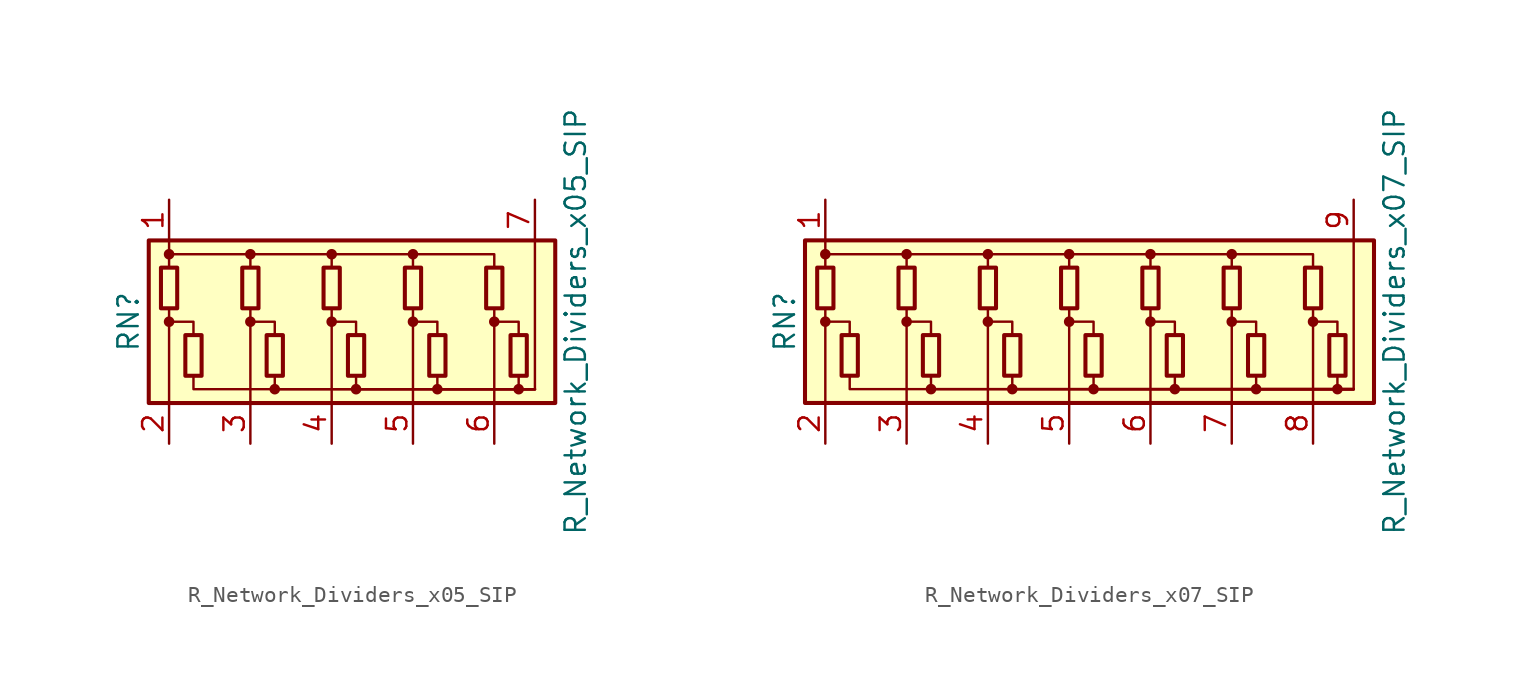
<source format=kicad_sym>
(kicad_symbol_lib
  (version 20211014)
  (generator kicad_symbol_editor)
  (symbol "R_Network_Dividers_x05_SIP"
    (pin_names
      (offset 0) hide)
    (property "Reference" "RN"
      (at -12.7 0 90)
      (effects (font (size 1.27 1.27))))
    (property "Value" "R_Network_Dividers_x05_SIP"
      (at 15.24 0 90)
      (effects (font (size 1.27 1.27))))
    (symbol "R_Network_Dividers_x05_SIP_0_1"
      (rectangle (start -11.43 -5.08) (end 13.97 5.08) (stroke (width 0.254) (type default) (color 0 0 0 0)) (fill (type background)))
      (rectangle (start -10.668 3.378) (end -9.652 0.838) (stroke (width 0.254) (type default) (color 0 0 0 0)) (fill (type none)))
      (circle (center -10.16 0) (radius 0.254) (stroke (width 0) (type default) (color 0 0 0 0)) (fill (type outline)))
      (circle (center -10.16 4.216) (radius 0.254) (stroke (width 0) (type default) (color 0 0 0 0)) (fill (type outline)))
      (rectangle (start -9.144 -3.378) (end -8.128 -0.838) (stroke (width 0.254) (type default) (color 0 0 0 0)) (fill (type none)))
      (rectangle (start -5.588 3.378) (end -4.572 0.838) (stroke (width 0.254) (type default) (color 0 0 0 0)) (fill (type none)))
      (circle (center -5.08 0) (radius 0.254) (stroke (width 0) (type default) (color 0 0 0 0)) (fill (type outline)))
      (circle (center -5.08 4.216) (radius 0.254) (stroke (width 0) (type default) (color 0 0 0 0)) (fill (type outline)))
      (rectangle (start -4.064 -3.378) (end -3.048 -0.838) (stroke (width 0.254) (type default) (color 0 0 0 0)) (fill (type none)))
      (circle (center -3.556 -4.216) (radius 0.254) (stroke (width 0) (type default) (color 0 0 0 0)) (fill (type outline)))
      (rectangle (start -0.508 3.378) (end 0.508 0.838) (stroke (width 0.254) (type default) (color 0 0 0 0)) (fill (type none)))
      (polyline (pts (xy -10.16 -5.08) (xy -10.16 0.838)) (stroke (width 0) (type default) (color 0 0 0 0)) (fill (type none)))
      (polyline (pts (xy -10.16 5.08) (xy -10.16 3.378)) (stroke (width 0) (type default) (color 0 0 0 0)) (fill (type none)))
      (polyline (pts (xy -5.08 -5.08) (xy -5.08 0.838)) (stroke (width 0) (type default) (color 0 0 0 0)) (fill (type none)))
      (polyline (pts (xy 0 -5.08) (xy 0 0.838)) (stroke (width 0) (type default) (color 0 0 0 0)) (fill (type none)))
      (polyline (pts (xy 5.08 -5.08) (xy 5.08 0.838)) (stroke (width 0) (type default) (color 0 0 0 0)) (fill (type none)))
      (polyline (pts (xy 10.16 -5.08) (xy 10.16 0.838)) (stroke (width 0) (type default) (color 0 0 0 0)) (fill (type none)))
      (polyline (pts (xy 12.7 -4.216) (xy 12.7 5.08)) (stroke (width 0) (type default) (color 0 0 0 0)) (fill (type none)))
      (polyline (pts (xy -10.16 0) (xy -8.636 0) (xy -8.636 -0.838)) (stroke (width 0) (type default) (color 0 0 0 0)) (fill (type none)))
      (polyline (pts (xy -10.16 4.216) (xy -5.08 4.216) (xy -5.08 3.378)) (stroke (width 0) (type default) (color 0 0 0 0)) (fill (type none)))
      (polyline (pts (xy -8.636 -3.378) (xy -8.636 -4.216) (xy 12.7 -4.216)) (stroke (width 0) (type default) (color 0 0 0 0)) (fill (type none)))
      (polyline (pts (xy -5.08 0) (xy -3.556 0) (xy -3.556 -0.838)) (stroke (width 0) (type default) (color 0 0 0 0)) (fill (type none)))
      (polyline (pts (xy -5.08 4.216) (xy 0 4.216) (xy 0 3.378)) (stroke (width 0) (type default) (color 0 0 0 0)) (fill (type none)))
      (polyline (pts (xy -3.556 -3.378) (xy -3.556 -4.216) (xy 12.7 -4.216)) (stroke (width 0) (type default) (color 0 0 0 0)) (fill (type none)))
      (polyline (pts (xy 0 0) (xy 1.524 0) (xy 1.524 -0.838)) (stroke (width 0) (type default) (color 0 0 0 0)) (fill (type none)))
      (polyline (pts (xy 0 4.216) (xy 5.08 4.216) (xy 5.08 3.378)) (stroke (width 0) (type default) (color 0 0 0 0)) (fill (type none)))
      (polyline (pts (xy 1.524 -3.378) (xy 1.524 -4.216) (xy 12.7 -4.216)) (stroke (width 0) (type default) (color 0 0 0 0)) (fill (type none)))
      (polyline (pts (xy 5.08 0) (xy 6.604 0) (xy 6.604 -0.838)) (stroke (width 0) (type default) (color 0 0 0 0)) (fill (type none)))
      (polyline (pts (xy 5.08 4.216) (xy 10.16 4.216) (xy 10.16 3.378)) (stroke (width 0) (type default) (color 0 0 0 0)) (fill (type none)))
      (polyline (pts (xy 6.604 -3.378) (xy 6.604 -4.216) (xy 12.7 -4.216)) (stroke (width 0) (type default) (color 0 0 0 0)) (fill (type none)))
      (polyline (pts (xy 10.16 0) (xy 11.684 0) (xy 11.684 -0.838)) (stroke (width 0) (type default) (color 0 0 0 0)) (fill (type none)))
      (polyline (pts (xy 11.684 -3.378) (xy 11.684 -4.216) (xy 12.7 -4.216)) (stroke (width 0) (type default) (color 0 0 0 0)) (fill (type none)))
      (circle (center 0 0) (radius 0.254) (stroke (width 0) (type default) (color 0 0 0 0)) (fill (type outline)))
      (circle (center 0 4.216) (radius 0.254) (stroke (width 0) (type default) (color 0 0 0 0)) (fill (type outline)))
      (rectangle (start 1.016 -3.378) (end 2.032 -0.838) (stroke (width 0.254) (type default) (color 0 0 0 0)) (fill (type none)))
      (circle (center 1.524 -4.216) (radius 0.254) (stroke (width 0) (type default) (color 0 0 0 0)) (fill (type outline)))
      (rectangle (start 4.572 3.378) (end 5.588 0.838) (stroke (width 0.254) (type default) (color 0 0 0 0)) (fill (type none)))
      (circle (center 5.08 0) (radius 0.254) (stroke (width 0) (type default) (color 0 0 0 0)) (fill (type outline)))
      (circle (center 5.08 4.216) (radius 0.254) (stroke (width 0) (type default) (color 0 0 0 0)) (fill (type outline)))
      (rectangle (start 6.096 -3.378) (end 7.112 -0.838) (stroke (width 0.254) (type default) (color 0 0 0 0)) (fill (type none)))
      (circle (center 6.604 -4.216) (radius 0.254) (stroke (width 0) (type default) (color 0 0 0 0)) (fill (type outline)))
      (rectangle (start 9.652 3.378) (end 10.668 0.838) (stroke (width 0.254) (type default) (color 0 0 0 0)) (fill (type none)))
      (circle (center 10.16 0) (radius 0.254) (stroke (width 0) (type default) (color 0 0 0 0)) (fill (type outline)))
      (rectangle (start 11.176 -3.378) (end 12.192 -0.838) (stroke (width 0.254) (type default) (color 0 0 0 0)) (fill (type none)))
      (circle (center 11.684 -4.216) (radius 0.254) (stroke (width 0) (type default) (color 0 0 0 0)) (fill (type outline))))
    (symbol "R_Network_Dividers_x05_SIP_1_1"
      (pin passive line (at -10.16 7.62 270) (length 2.54) (name "COM1" (effects (font (size 1.27 1.27)))) (number "1" (effects (font (size 1.27 1.27)))))
      (pin passive line (at -10.16 -7.62 90) (length 2.54) (name "R1" (effects (font (size 1.27 1.27)))) (number "2" (effects (font (size 1.27 1.27)))))
      (pin passive line (at -5.08 -7.62 90) (length 2.54) (name "R2" (effects (font (size 1.27 1.27)))) (number "3" (effects (font (size 1.27 1.27)))))
      (pin passive line (at 0 -7.62 90) (length 2.54) (name "R3" (effects (font (size 1.27 1.27)))) (number "4" (effects (font (size 1.27 1.27)))))
      (pin passive line (at 5.08 -7.62 90) (length 2.54) (name "R4" (effects (font (size 1.27 1.27)))) (number "5" (effects (font (size 1.27 1.27)))))
      (pin passive line (at 10.16 -7.62 90) (length 2.54) (name "R5" (effects (font (size 1.27 1.27)))) (number "6" (effects (font (size 1.27 1.27)))))
      (pin passive line (at 12.7 7.62 270) (length 2.54) (name "COM2" (effects (font (size 1.27 1.27)))) (number "7" (effects (font (size 1.27 1.27)))))))
  (symbol "R_Network_Dividers_x07_SIP"
    (pin_names
      (offset 0) hide)
    (property "Reference" "RN"
      (at -17.78 0 90)
      (effects (font (size 1.27 1.27))))
    (property "Value" "R_Network_Dividers_x07_SIP"
      (at 20.32 0 90)
      (effects (font (size 1.27 1.27))))
    (symbol "R_Network_Dividers_x07_SIP_0_1"
      (rectangle (start -16.51 -5.08) (end 19.05 5.08) (stroke (width 0.254) (type default) (color 0 0 0 0)) (fill (type background)))
      (rectangle (start -15.748 3.378) (end -14.732 0.838) (stroke (width 0.254) (type default) (color 0 0 0 0)) (fill (type none)))
      (circle (center -15.24 0) (radius 0.254) (stroke (width 0) (type default) (color 0 0 0 0)) (fill (type outline)))
      (circle (center -15.24 4.216) (radius 0.254) (stroke (width 0) (type default) (color 0 0 0 0)) (fill (type outline)))
      (rectangle (start -14.224 -3.378) (end -13.208 -0.838) (stroke (width 0.254) (type default) (color 0 0 0 0)) (fill (type none)))
      (rectangle (start -10.668 3.378) (end -9.652 0.838) (stroke (width 0.254) (type default) (color 0 0 0 0)) (fill (type none)))
      (circle (center -10.16 0) (radius 0.254) (stroke (width 0) (type default) (color 0 0 0 0)) (fill (type outline)))
      (circle (center -10.16 4.216) (radius 0.254) (stroke (width 0) (type default) (color 0 0 0 0)) (fill (type outline)))
      (rectangle (start -9.144 -3.378) (end -8.128 -0.838) (stroke (width 0.254) (type default) (color 0 0 0 0)) (fill (type none)))
      (circle (center -8.636 -4.216) (radius 0.254) (stroke (width 0) (type default) (color 0 0 0 0)) (fill (type outline)))
      (rectangle (start -5.588 3.378) (end -4.572 0.838) (stroke (width 0.254) (type default) (color 0 0 0 0)) (fill (type none)))
      (circle (center -5.08 0) (radius 0.254) (stroke (width 0) (type default) (color 0 0 0 0)) (fill (type outline)))
      (circle (center -5.08 4.216) (radius 0.254) (stroke (width 0) (type default) (color 0 0 0 0)) (fill (type outline)))
      (rectangle (start -4.064 -3.378) (end -3.048 -0.838) (stroke (width 0.254) (type default) (color 0 0 0 0)) (fill (type none)))
      (circle (center -3.556 -4.216) (radius 0.254) (stroke (width 0) (type default) (color 0 0 0 0)) (fill (type outline)))
      (rectangle (start -0.508 3.378) (end 0.508 0.838) (stroke (width 0.254) (type default) (color 0 0 0 0)) (fill (type none)))
      (polyline (pts (xy -15.24 -5.08) (xy -15.24 0.838)) (stroke (width 0) (type default) (color 0 0 0 0)) (fill (type none)))
      (polyline (pts (xy -15.24 5.08) (xy -15.24 3.378)) (stroke (width 0) (type default) (color 0 0 0 0)) (fill (type none)))
      (polyline (pts (xy -10.16 -5.08) (xy -10.16 0.838)) (stroke (width 0) (type default) (color 0 0 0 0)) (fill (type none)))
      (polyline (pts (xy -5.08 -5.08) (xy -5.08 0.838)) (stroke (width 0) (type default) (color 0 0 0 0)) (fill (type none)))
      (polyline (pts (xy 0 -5.08) (xy 0 0.838)) (stroke (width 0) (type default) (color 0 0 0 0)) (fill (type none)))
      (polyline (pts (xy 5.08 -5.08) (xy 5.08 0.838)) (stroke (width 0) (type default) (color 0 0 0 0)) (fill (type none)))
      (polyline (pts (xy 10.16 -5.08) (xy 10.16 0.838)) (stroke (width 0) (type default) (color 0 0 0 0)) (fill (type none)))
      (polyline (pts (xy 15.24 -5.08) (xy 15.24 0.838)) (stroke (width 0) (type default) (color 0 0 0 0)) (fill (type none)))
      (polyline (pts (xy 17.78 -4.216) (xy 17.78 5.08)) (stroke (width 0) (type default) (color 0 0 0 0)) (fill (type none)))
      (polyline (pts (xy -15.24 0) (xy -13.716 0) (xy -13.716 -0.838)) (stroke (width 0) (type default) (color 0 0 0 0)) (fill (type none)))
      (polyline (pts (xy -15.24 4.216) (xy -10.16 4.216) (xy -10.16 3.378)) (stroke (width 0) (type default) (color 0 0 0 0)) (fill (type none)))
      (polyline (pts (xy -13.716 -3.378) (xy -13.716 -4.216) (xy 17.78 -4.216)) (stroke (width 0) (type default) (color 0 0 0 0)) (fill (type none)))
      (polyline (pts (xy -10.16 0) (xy -8.636 0) (xy -8.636 -0.838)) (stroke (width 0) (type default) (color 0 0 0 0)) (fill (type none)))
      (polyline (pts (xy -10.16 4.216) (xy -5.08 4.216) (xy -5.08 3.378)) (stroke (width 0) (type default) (color 0 0 0 0)) (fill (type none)))
      (polyline (pts (xy -8.636 -3.378) (xy -8.636 -4.216) (xy 17.78 -4.216)) (stroke (width 0) (type default) (color 0 0 0 0)) (fill (type none)))
      (polyline (pts (xy -5.08 0) (xy -3.556 0) (xy -3.556 -0.838)) (stroke (width 0) (type default) (color 0 0 0 0)) (fill (type none)))
      (polyline (pts (xy -5.08 4.216) (xy 0 4.216) (xy 0 3.378)) (stroke (width 0) (type default) (color 0 0 0 0)) (fill (type none)))
      (polyline (pts (xy -3.556 -3.378) (xy -3.556 -4.216) (xy 17.78 -4.216)) (stroke (width 0) (type default) (color 0 0 0 0)) (fill (type none)))
      (polyline (pts (xy 0 0) (xy 1.524 0) (xy 1.524 -0.838)) (stroke (width 0) (type default) (color 0 0 0 0)) (fill (type none)))
      (polyline (pts (xy 0 4.216) (xy 5.08 4.216) (xy 5.08 3.378)) (stroke (width 0) (type default) (color 0 0 0 0)) (fill (type none)))
      (polyline (pts (xy 1.524 -3.378) (xy 1.524 -4.216) (xy 17.78 -4.216)) (stroke (width 0) (type default) (color 0 0 0 0)) (fill (type none)))
      (polyline (pts (xy 5.08 0) (xy 6.604 0) (xy 6.604 -0.838)) (stroke (width 0) (type default) (color 0 0 0 0)) (fill (type none)))
      (polyline (pts (xy 5.08 4.216) (xy 10.16 4.216) (xy 10.16 3.378)) (stroke (width 0) (type default) (color 0 0 0 0)) (fill (type none)))
      (polyline (pts (xy 6.604 -3.378) (xy 6.604 -4.216) (xy 17.78 -4.216)) (stroke (width 0) (type default) (color 0 0 0 0)) (fill (type none)))
      (polyline (pts (xy 10.16 0) (xy 11.684 0) (xy 11.684 -0.838)) (stroke (width 0) (type default) (color 0 0 0 0)) (fill (type none)))
      (polyline (pts (xy 10.16 4.216) (xy 15.24 4.216) (xy 15.24 3.378)) (stroke (width 0) (type default) (color 0 0 0 0)) (fill (type none)))
      (polyline (pts (xy 11.684 -3.378) (xy 11.684 -4.216) (xy 17.78 -4.216)) (stroke (width 0) (type default) (color 0 0 0 0)) (fill (type none)))
      (polyline (pts (xy 15.24 0) (xy 16.764 0) (xy 16.764 -0.838)) (stroke (width 0) (type default) (color 0 0 0 0)) (fill (type none)))
      (polyline (pts (xy 16.764 -3.378) (xy 16.764 -4.216) (xy 17.78 -4.216)) (stroke (width 0) (type default) (color 0 0 0 0)) (fill (type none)))
      (circle (center 0 0) (radius 0.254) (stroke (width 0) (type default) (color 0 0 0 0)) (fill (type outline)))
      (circle (center 0 4.216) (radius 0.254) (stroke (width 0) (type default) (color 0 0 0 0)) (fill (type outline)))
      (rectangle (start 1.016 -3.378) (end 2.032 -0.838) (stroke (width 0.254) (type default) (color 0 0 0 0)) (fill (type none)))
      (circle (center 1.524 -4.216) (radius 0.254) (stroke (width 0) (type default) (color 0 0 0 0)) (fill (type outline)))
      (rectangle (start 4.572 3.378) (end 5.588 0.838) (stroke (width 0.254) (type default) (color 0 0 0 0)) (fill (type none)))
      (circle (center 5.08 0) (radius 0.254) (stroke (width 0) (type default) (color 0 0 0 0)) (fill (type outline)))
      (circle (center 5.08 4.216) (radius 0.254) (stroke (width 0) (type default) (color 0 0 0 0)) (fill (type outline)))
      (rectangle (start 6.096 -3.378) (end 7.112 -0.838) (stroke (width 0.254) (type default) (color 0 0 0 0)) (fill (type none)))
      (circle (center 6.604 -4.216) (radius 0.254) (stroke (width 0) (type default) (color 0 0 0 0)) (fill (type outline)))
      (rectangle (start 9.652 3.378) (end 10.668 0.838) (stroke (width 0.254) (type default) (color 0 0 0 0)) (fill (type none)))
      (circle (center 10.16 0) (radius 0.254) (stroke (width 0) (type default) (color 0 0 0 0)) (fill (type outline)))
      (circle (center 10.16 4.216) (radius 0.254) (stroke (width 0) (type default) (color 0 0 0 0)) (fill (type outline)))
      (rectangle (start 11.176 -3.378) (end 12.192 -0.838) (stroke (width 0.254) (type default) (color 0 0 0 0)) (fill (type none)))
      (circle (center 11.684 -4.216) (radius 0.254) (stroke (width 0) (type default) (color 0 0 0 0)) (fill (type outline)))
      (rectangle (start 14.732 3.378) (end 15.748 0.838) (stroke (width 0.254) (type default) (color 0 0 0 0)) (fill (type none)))
      (circle (center 15.24 0) (radius 0.254) (stroke (width 0) (type default) (color 0 0 0 0)) (fill (type outline)))
      (rectangle (start 16.256 -3.378) (end 17.272 -0.838) (stroke (width 0.254) (type default) (color 0 0 0 0)) (fill (type none)))
      (circle (center 16.764 -4.216) (radius 0.254) (stroke (width 0) (type default) (color 0 0 0 0)) (fill (type outline))))
    (symbol "R_Network_Dividers_x07_SIP_1_1"
      (pin passive line (at -15.24 7.62 270) (length 2.54) (name "COM1" (effects (font (size 1.27 1.27)))) (number "1" (effects (font (size 1.27 1.27)))))
      (pin passive line (at -15.24 -7.62 90) (length 2.54) (name "R1" (effects (font (size 1.27 1.27)))) (number "2" (effects (font (size 1.27 1.27)))))
      (pin passive line (at -10.16 -7.62 90) (length 2.54) (name "R2" (effects (font (size 1.27 1.27)))) (number "3" (effects (font (size 1.27 1.27)))))
      (pin passive line (at -5.08 -7.62 90) (length 2.54) (name "R3" (effects (font (size 1.27 1.27)))) (number "4" (effects (font (size 1.27 1.27)))))
      (pin passive line (at 0 -7.62 90) (length 2.54) (name "R4" (effects (font (size 1.27 1.27)))) (number "5" (effects (font (size 1.27 1.27)))))
      (pin passive line (at 5.08 -7.62 90) (length 2.54) (name "R5" (effects (font (size 1.27 1.27)))) (number "6" (effects (font (size 1.27 1.27)))))
      (pin passive line (at 10.16 -7.62 90) (length 2.54) (name "R6" (effects (font (size 1.27 1.27)))) (number "7" (effects (font (size 1.27 1.27)))))
      (pin passive line (at 15.24 -7.62 90) (length 2.54) (name "R7" (effects (font (size 1.27 1.27)))) (number "8" (effects (font (size 1.27 1.27)))))
      (pin passive line (at 17.78 7.62 270) (length 2.54) (name "COM2" (effects (font (size 1.27 1.27)))) (number "9" (effects (font (size 1.27 1.27))))))))
</source>
